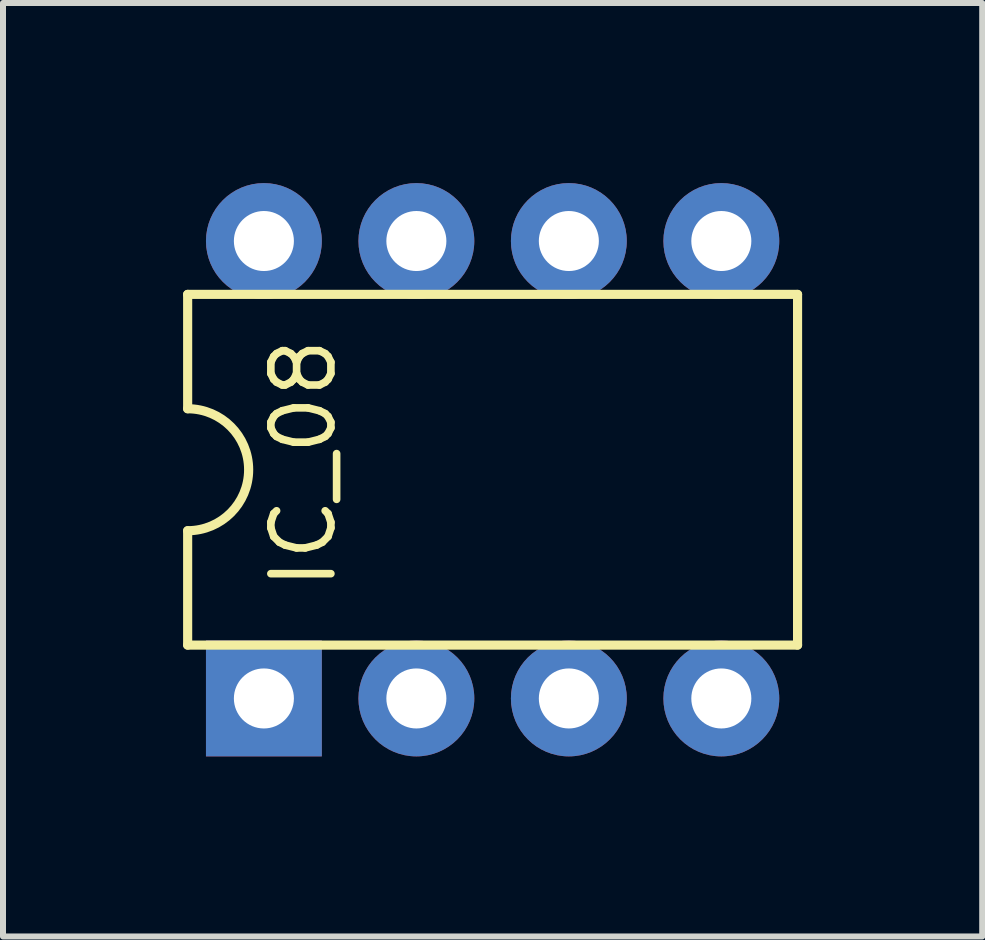
<source format=kicad_pcb>
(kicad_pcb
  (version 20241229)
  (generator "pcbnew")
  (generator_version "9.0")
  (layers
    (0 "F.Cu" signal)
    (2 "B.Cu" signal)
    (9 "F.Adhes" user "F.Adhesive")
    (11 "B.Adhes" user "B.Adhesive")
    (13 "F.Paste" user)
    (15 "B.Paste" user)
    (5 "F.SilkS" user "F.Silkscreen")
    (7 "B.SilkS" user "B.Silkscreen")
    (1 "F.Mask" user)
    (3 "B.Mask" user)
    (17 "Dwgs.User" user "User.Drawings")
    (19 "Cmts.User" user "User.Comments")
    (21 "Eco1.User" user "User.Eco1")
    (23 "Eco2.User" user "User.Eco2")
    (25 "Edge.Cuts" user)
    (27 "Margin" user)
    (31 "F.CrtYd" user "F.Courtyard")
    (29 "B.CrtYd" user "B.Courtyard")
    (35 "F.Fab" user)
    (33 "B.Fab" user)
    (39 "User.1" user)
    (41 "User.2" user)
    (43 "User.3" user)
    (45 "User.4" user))
  (footprint "IC_08"
    (layer "F.Cu")
    (at 5.156 4.775)
    (property "Reference" "IC_08" (at -2.565 -0.102 90) (layer "F.SilkS") (effects (font (size 1 1) (thickness 0.127)) (justify bottom)))
    (attr through_hole)
    (fp_line (start -5.08 -2.921) (end -5.08 -1.016) (stroke (width 0.152) (type solid)) (layer "F.SilkS"))
    (fp_line (start -5.08 2.921) (end -5.08 1.016) (stroke (width 0.152) (type solid)) (layer "F.SilkS"))
    (fp_line (start -5.08 2.921) (end 5.08 2.921) (stroke (width 0.152) (type solid)) (layer "F.SilkS"))
    (fp_line (start 5.08 -2.921) (end -5.08 -2.921) (stroke (width 0.152) (type solid)) (layer "F.SilkS"))
    (fp_line (start 5.08 -2.921) (end 5.08 2.921) (stroke (width 0.152) (type solid)) (layer "F.SilkS"))
    (fp_arc (start -5.08 -1.016) (mid -4.064 0) (end -5.08 1.016) (stroke (width 0.1524) (type solid)) (layer "F.SilkS"))
    (pad "1" thru_hole rect (at -3.81 3.81 90) (size 1.93 1.93) (drill 1) (layers "*.Cu" "*.Mask"))
    (pad "2" thru_hole oval (at -1.27 3.81 90) (size 1.93 1.93) (drill 1) (layers "*.Cu" "*.Mask"))
    (pad "3" thru_hole oval (at 1.27 3.81 90) (size 1.93 1.93) (drill 1) (layers "*.Cu" "*.Mask"))
    (pad "4" thru_hole oval (at 3.81 3.81 90) (size 1.93 1.93) (drill 1) (layers "*.Cu" "*.Mask"))
    (pad "5" thru_hole oval (at 3.81 -3.81 90) (size 1.93 1.93) (drill 1) (layers "*.Cu" "*.Mask"))
    (pad "6" thru_hole oval (at 1.27 -3.81 90) (size 1.93 1.93) (drill 1) (layers "*.Cu" "*.Mask"))
    (pad "7" thru_hole oval (at -1.27 -3.81 90) (size 1.93 1.93) (drill 1) (layers "*.Cu" "*.Mask"))
    (pad "8" thru_hole oval (at -3.81 -3.81 90) (size 1.93 1.93) (drill 1) (layers "*.Cu" "*.Mask")))
  (gr_rect
    (start -3 -3)
    (end 13.312 12.55)
    (stroke (width 0.1) (type default))
    (fill no)
    (layer "Edge.Cuts")))
</source>
